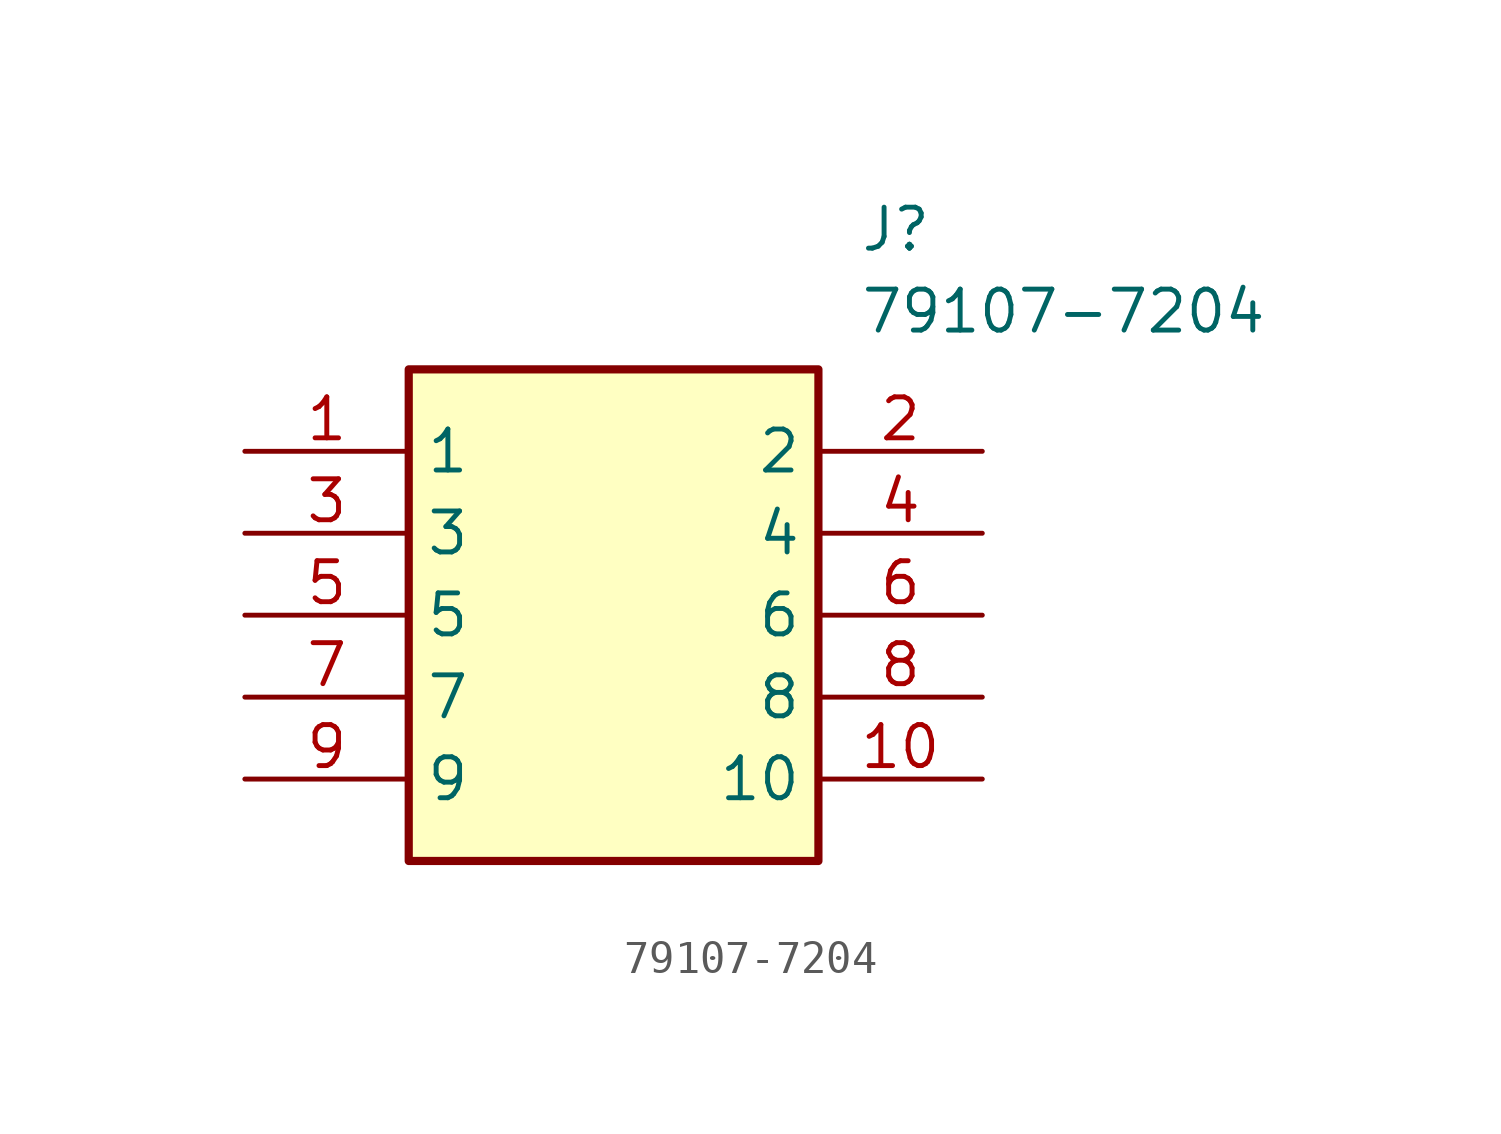
<source format=kicad_sym>
(kicad_symbol_lib
  (version 20211014)
  (generator SamacSys_ECAD_Model)
  (symbol "79107-7204"
    (property "Reference" "J"
      (at 19.05 7.62 0)
      (effects (font (size 1.27 1.27)) (justify left top)))
    (property "Value" "79107-7204"
      (at 19.05 5.08 0)
      (effects (font (size 1.27 1.27)) (justify left top)))
    (rectangle
      (start 5.08 2.54)
      (end 17.78 -12.7)
      (stroke (width 0.254) (type default))
      (fill (type background)))
    (pin passive line
      (at 0 0 0)
      (length 5.08)
      (name "1" (effects (font (size 1.27 1.27))))
      (number "1" (effects (font (size 1.27 1.27)))))
    (pin passive line
      (at 0 -2.54 0)
      (length 5.08)
      (name "3" (effects (font (size 1.27 1.27))))
      (number "3" (effects (font (size 1.27 1.27)))))
    (pin passive line
      (at 0 -5.08 0)
      (length 5.08)
      (name "5" (effects (font (size 1.27 1.27))))
      (number "5" (effects (font (size 1.27 1.27)))))
    (pin passive line
      (at 0 -7.62 0)
      (length 5.08)
      (name "7" (effects (font (size 1.27 1.27))))
      (number "7" (effects (font (size 1.27 1.27)))))
    (pin passive line
      (at 0 -10.16 0)
      (length 5.08)
      (name "9" (effects (font (size 1.27 1.27))))
      (number "9" (effects (font (size 1.27 1.27)))))
    (pin passive line
      (at 22.86 0 180)
      (length 5.08)
      (name "2" (effects (font (size 1.27 1.27))))
      (number "2" (effects (font (size 1.27 1.27)))))
    (pin passive line
      (at 22.86 -2.54 180)
      (length 5.08)
      (name "4" (effects (font (size 1.27 1.27))))
      (number "4" (effects (font (size 1.27 1.27)))))
    (pin passive line
      (at 22.86 -5.08 180)
      (length 5.08)
      (name "6" (effects (font (size 1.27 1.27))))
      (number "6" (effects (font (size 1.27 1.27)))))
    (pin passive line
      (at 22.86 -7.62 180)
      (length 5.08)
      (name "8" (effects (font (size 1.27 1.27))))
      (number "8" (effects (font (size 1.27 1.27)))))
    (pin passive line
      (at 22.86 -10.16 180)
      (length 5.08)
      (name "10" (effects (font (size 1.27 1.27))))
      (number "10" (effects (font (size 1.27 1.27)))))))
</source>
